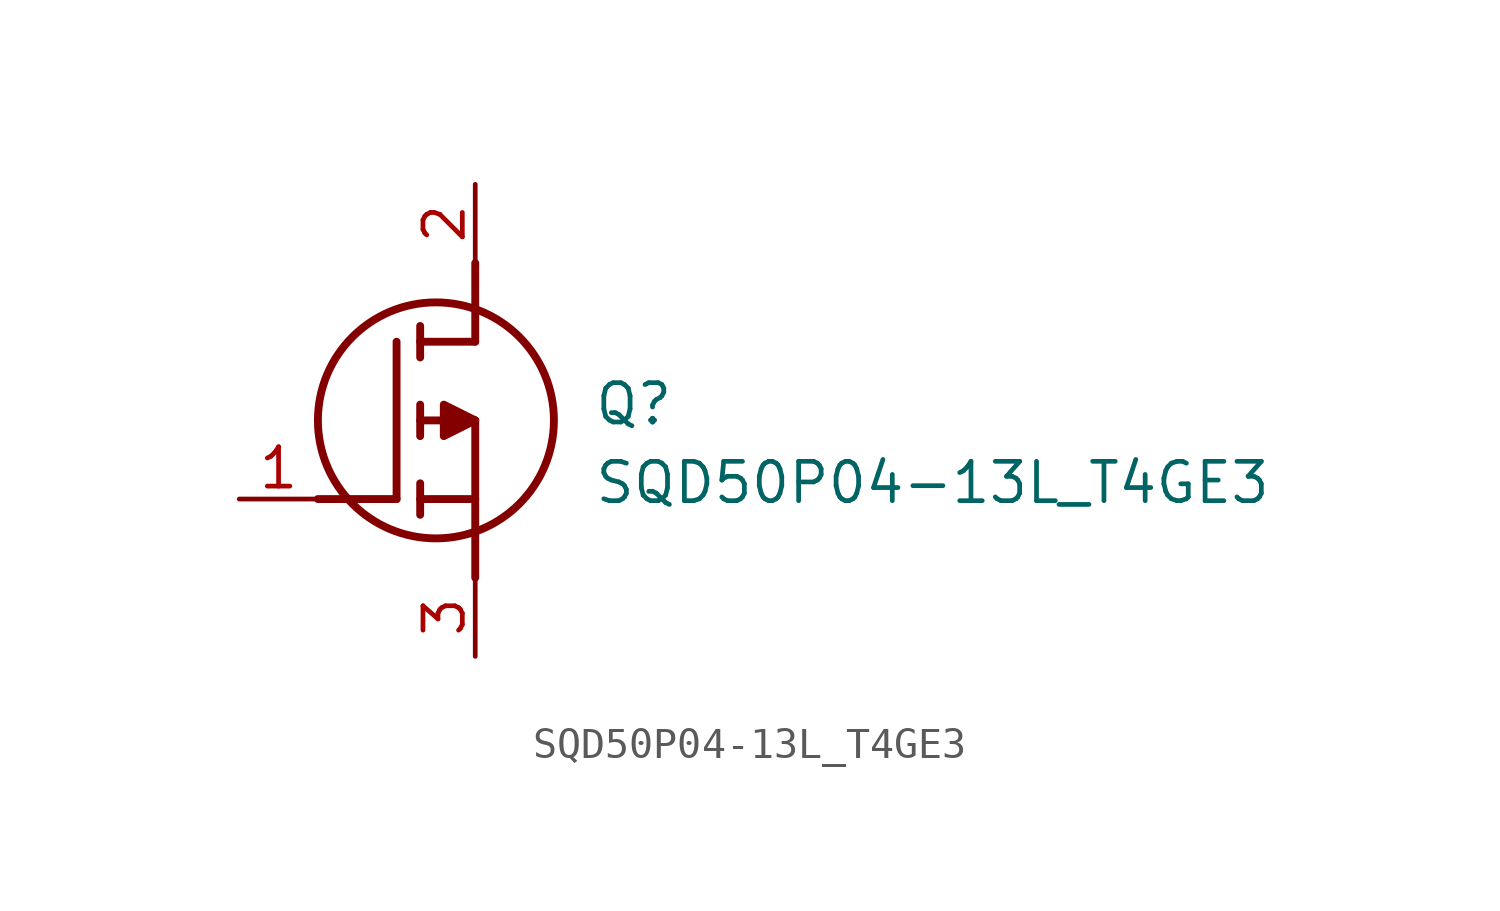
<source format=kicad_sym>
(kicad_symbol_lib
  (version 20231120)
  (generator "kicad_symbol_editor")
  (generator_version "8.0")
  (symbol "SQD50P04-13L_T4GE3"
    (pin_names hide)
    (property "Reference" "Q"
      (at 11.43 3.81 0)
      (effects (font (size 1.27 1.27)) (justify left top)))
    (property "Value" "SQD50P04-13L_T4GE3"
      (at 11.43 1.27 0)
      (effects (font (size 1.27 1.27)) (justify left top)))
    (symbol "SQD50P04-13L_T4GE3_1_1"
      (polyline (pts (xy 2.54 0) (xy 5.08 0)) (stroke (width 0.254) (type default)) (fill (type none)))
      (polyline (pts (xy 5.08 5.08) (xy 5.08 0)) (stroke (width 0.254) (type default)) (fill (type none)))
      (polyline (pts (xy 5.842 -0.508) (xy 5.842 0.508)) (stroke (width 0.254) (type default)) (fill (type none)))
      (polyline (pts (xy 5.842 0) (xy 7.62 0)) (stroke (width 0.254) (type default)) (fill (type none)))
      (polyline (pts (xy 5.842 2.032) (xy 5.842 3.048)) (stroke (width 0.254) (type default)) (fill (type none)))
      (polyline (pts (xy 5.842 5.588) (xy 5.842 4.572)) (stroke (width 0.254) (type default)) (fill (type none)))
      (polyline (pts (xy 7.62 2.54) (xy 5.842 2.54)) (stroke (width 0.254) (type default)) (fill (type none)))
      (polyline (pts (xy 7.62 2.54) (xy 7.62 -2.54)) (stroke (width 0.254) (type default)) (fill (type none)))
      (polyline (pts (xy 7.62 5.08) (xy 5.842 5.08)) (stroke (width 0.254) (type default)) (fill (type none)))
      (polyline (pts (xy 7.62 5.08) (xy 7.62 7.62)) (stroke (width 0.254) (type default)) (fill (type none)))
      (polyline (pts (xy 7.62 2.54) (xy 6.604 3.048) (xy 6.604 2.032) (xy 7.62 2.54)) (stroke (width 0.254) (type default)) (fill (type outline)))
      (circle (center 6.35 2.54) (radius 3.81) (stroke (width 0.254) (type default)) (fill (type none)))
      (pin passive line (at 0 0 0) (length 2.54) (name "G" (effects (font (size 1.27 1.27)))) (number "1" (effects (font (size 1.27 1.27)))))
      (pin passive line (at 7.62 10.16 270) (length 2.54) (name "D" (effects (font (size 1.27 1.27)))) (number "2" (effects (font (size 1.27 1.27)))))
      (pin passive line (at 7.62 -5.08 90) (length 2.54) (name "S" (effects (font (size 1.27 1.27)))) (number "3" (effects (font (size 1.27 1.27))))))))
</source>
